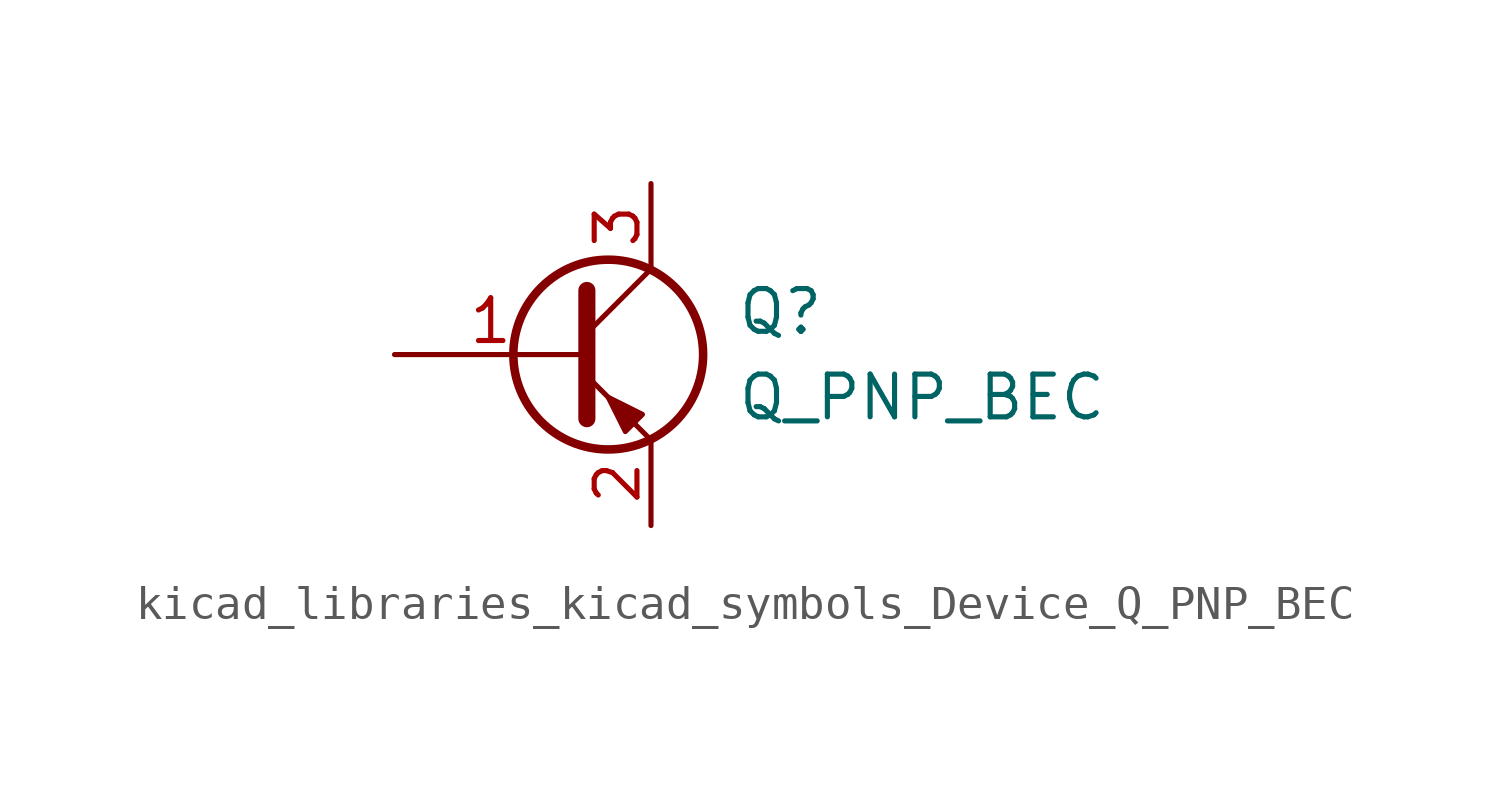
<source format=kicad_sym>
(kicad_symbol_lib
  (version 20220914)
  (generator kicad_symbol_editor)
  (symbol "kicad_libraries_kicad_symbols_Device_Q_PNP_BEC"
    (pin_names
      (offset 0) hide)
    (property "Reference" "Q"
      (at 5.08 1.27 0)
      (effects (font (size 1.27 1.27)) (justify left)))
    (property "Value" "Q_PNP_BEC"
      (at 5.08 -1.27 0)
      (effects (font (size 1.27 1.27)) (justify left)))
    (symbol "kicad_libraries_kicad_symbols_Device_Q_PNP_BEC_0_1"
      (polyline (pts (xy 0.635 0.635) (xy 2.54 2.54)) (stroke (width 0) (type default)) (fill (type none)))
      (polyline (pts (xy 0.635 -0.635) (xy 2.54 -2.54) (xy 2.54 -2.54)) (stroke (width 0) (type default)) (fill (type none)))
      (polyline (pts (xy 0.635 1.905) (xy 0.635 -1.905) (xy 0.635 -1.905)) (stroke (width 0.508) (type default)) (fill (type none)))
      (polyline (pts (xy 2.286 -1.778) (xy 1.778 -2.286) (xy 1.27 -1.27) (xy 2.286 -1.778) (xy 2.286 -1.778)) (stroke (width 0) (type default)) (fill (type outline)))
      (circle (center 1.27 0) (radius 2.819) (stroke (width 0.254) (type default)) (fill (type none))))
    (symbol "kicad_libraries_kicad_symbols_Device_Q_PNP_BEC_1_1"
      (pin input line (at -5.08 0 0) (length 5.715) (name "B" (effects (font (size 1.27 1.27)))) (number "1" (effects (font (size 1.27 1.27)))))
      (pin passive line (at 2.54 -5.08 90) (length 2.54) (name "E" (effects (font (size 1.27 1.27)))) (number "2" (effects (font (size 1.27 1.27)))))
      (pin passive line (at 2.54 5.08 270) (length 2.54) (name "C" (effects (font (size 1.27 1.27)))) (number "3" (effects (font (size 1.27 1.27))))))))
</source>
